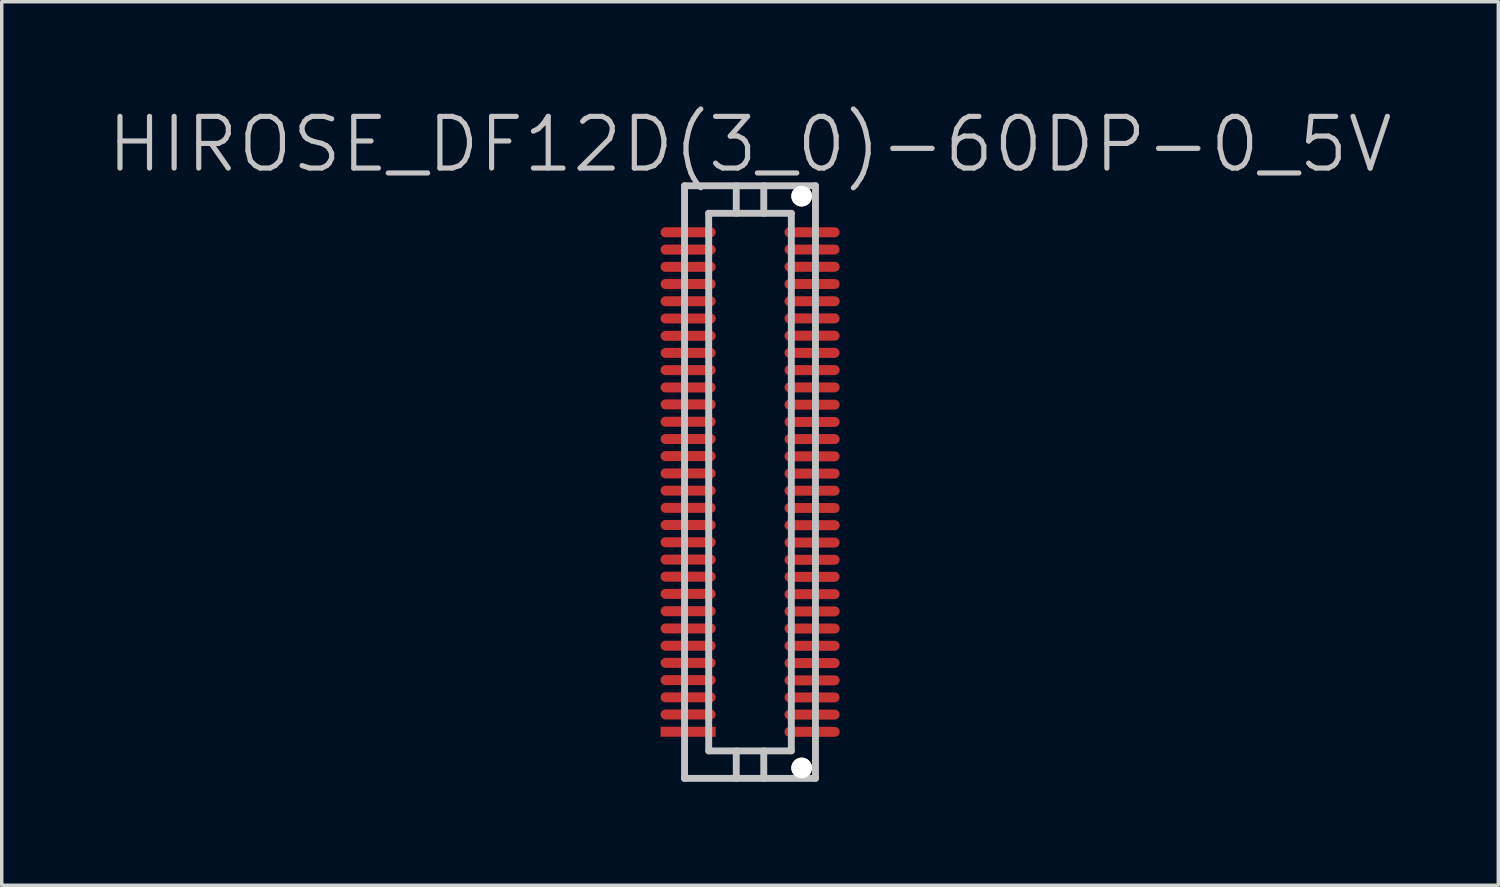
<source format=kicad_pcb>
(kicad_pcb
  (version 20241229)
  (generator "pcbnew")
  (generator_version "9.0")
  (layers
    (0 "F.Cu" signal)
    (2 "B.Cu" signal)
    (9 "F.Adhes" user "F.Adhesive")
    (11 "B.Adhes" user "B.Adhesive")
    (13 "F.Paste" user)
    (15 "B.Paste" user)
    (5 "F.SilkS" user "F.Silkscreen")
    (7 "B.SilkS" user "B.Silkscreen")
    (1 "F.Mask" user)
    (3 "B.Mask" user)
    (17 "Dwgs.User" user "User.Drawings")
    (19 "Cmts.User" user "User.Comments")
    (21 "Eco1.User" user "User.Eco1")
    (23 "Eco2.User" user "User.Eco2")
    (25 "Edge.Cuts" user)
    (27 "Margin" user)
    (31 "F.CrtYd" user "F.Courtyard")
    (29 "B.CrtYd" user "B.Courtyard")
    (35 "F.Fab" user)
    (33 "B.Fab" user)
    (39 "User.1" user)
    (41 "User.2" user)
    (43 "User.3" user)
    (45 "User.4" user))
  (footprint "HIROSE_DF12D(3_0)-60DP-0_5V"
    (layer "F.Cu")
    (at 18.718 10.941)
    (property "Reference" "HIROSE_DF12D(3_0)-60DP-0_5V" (at 0 -9.8 180) (layer "Dwgs.User") (effects (font (size 1.5 1.5) (thickness 0.15))))
    (attr smd)
    (fp_line (start -1.9 -8.6) (end -1.9 8.6) (stroke (width 0.2) (type solid)) (layer "Dwgs.User"))
    (fp_line (start -1.9 8.6) (end 1.9 8.6) (stroke (width 0.2) (type solid)) (layer "Dwgs.User"))
    (fp_line (start -1.199 -7.8) (end 1.199 -7.8) (stroke (width 0.2) (type solid)) (layer "Dwgs.User"))
    (fp_line (start -1.199 7.8) (end -1.199 -7.8) (stroke (width 0.2) (type solid)) (layer "Dwgs.User"))
    (fp_line (start -0.399 -7.8) (end -0.399 -8.6) (stroke (width 0.2) (type solid)) (layer "Dwgs.User"))
    (fp_line (start -0.399 8.603) (end -0.399 7.803) (stroke (width 0.2) (type solid)) (layer "Dwgs.User"))
    (fp_line (start 0.399 -7.8) (end 0.399 -8.6) (stroke (width 0.2) (type solid)) (layer "Dwgs.User"))
    (fp_line (start 0.399 7.803) (end 0.399 8.603) (stroke (width 0.2) (type solid)) (layer "Dwgs.User"))
    (fp_line (start 1.199 -7.8) (end 1.199 7.8) (stroke (width 0.2) (type solid)) (layer "Dwgs.User"))
    (fp_line (start 1.199 7.803) (end -1.199 7.803) (stroke (width 0.2) (type solid)) (layer "Dwgs.User"))
    (fp_line (start 1.9 -8.6) (end -1.9 -8.6) (stroke (width 0.2) (type solid)) (layer "Dwgs.User"))
    (fp_line (start 1.9 8.6) (end 1.9 -8.6) (stroke (width 0.2) (type solid)) (layer "Dwgs.User"))
    (pad "" np_thru_hole circle (at 1.499 -8.298 270) (size 0.6 0.6) (drill 0.6) (layers "*.Cu" "*.Mask" "F.SilkS"))
    (pad "" np_thru_hole circle (at 1.499 8.298 270) (size 0.6 0.6) (drill 0.6) (layers "*.Cu" "*.Mask" "F.SilkS"))
    (pad "1" smd rect (at -1.796 7.247 270) (size 0.29 1.6) (layers "F.Cu" "F.Mask" "F.Paste"))
    (pad "2" smd oval (at -1.796 6.746 270) (size 0.29 1.6) (layers "F.Cu" "F.Mask" "F.Paste"))
    (pad "3" smd oval (at -1.796 6.248 270) (size 0.29 1.6) (layers "F.Cu" "F.Mask" "F.Paste"))
    (pad "4" smd oval (at -1.796 5.748 270) (size 0.29 1.6) (layers "F.Cu" "F.Mask" "F.Paste"))
    (pad "5" smd oval (at -1.796 5.248 270) (size 0.29 1.6) (layers "F.Cu" "F.Mask" "F.Paste"))
    (pad "6" smd oval (at -1.796 4.75 270) (size 0.29 1.6) (layers "F.Cu" "F.Mask" "F.Paste"))
    (pad "7" smd oval (at -1.796 4.249 270) (size 0.29 1.6) (layers "F.Cu" "F.Mask" "F.Paste"))
    (pad "8" smd oval (at -1.796 3.749 270) (size 0.29 1.6) (layers "F.Cu" "F.Mask" "F.Paste"))
    (pad "9" smd oval (at -1.796 3.246 270) (size 0.29 1.6) (layers "F.Cu" "F.Mask" "F.Paste"))
    (pad "10" smd oval (at -1.796 2.746 270) (size 0.29 1.6) (layers "F.Cu" "F.Mask" "F.Paste"))
    (pad "11" smd oval (at -1.796 2.25 270) (size 0.29 1.6) (layers "F.Cu" "F.Mask" "F.Paste"))
    (pad "12" smd oval (at -1.796 1.748 270) (size 0.29 1.6) (layers "F.Cu" "F.Mask" "F.Paste"))
    (pad "13" smd oval (at -1.796 1.247 270) (size 0.29 1.6) (layers "F.Cu" "F.Mask" "F.Paste"))
    (pad "14" smd oval (at -1.796 0.749 270) (size 0.29 1.6) (layers "F.Cu" "F.Mask" "F.Paste"))
    (pad "15" smd oval (at -1.796 0.249 270) (size 0.29 1.6) (layers "F.Cu" "F.Mask" "F.Paste"))
    (pad "16" smd oval (at -1.796 -0.251 270) (size 0.29 1.6) (layers "F.Cu" "F.Mask" "F.Paste"))
    (pad "17" smd oval (at -1.796 -0.754 270) (size 0.29 1.6) (layers "F.Cu" "F.Mask" "F.Paste"))
    (pad "18" smd oval (at -1.796 -1.25 270) (size 0.29 1.6) (layers "F.Cu" "F.Mask" "F.Paste"))
    (pad "19" smd oval (at -1.796 -1.75 270) (size 0.29 1.6) (layers "F.Cu" "F.Mask" "F.Paste"))
    (pad "20" smd oval (at -1.796 -2.253 270) (size 0.29 1.6) (layers "F.Cu" "F.Mask" "F.Paste"))
    (pad "21" smd oval (at -1.796 -2.746 270) (size 0.29 1.6) (layers "F.Cu" "F.Mask" "F.Paste"))
    (pad "22" smd oval (at -1.796 -3.249 270) (size 0.29 1.6) (layers "F.Cu" "F.Mask" "F.Paste"))
    (pad "23" smd oval (at -1.796 -3.749 270) (size 0.29 1.6) (layers "F.Cu" "F.Mask" "F.Paste"))
    (pad "24" smd oval (at -1.796 -4.244 270) (size 0.29 1.6) (layers "F.Cu" "F.Mask" "F.Paste"))
    (pad "25" smd oval (at -1.796 -4.747 270) (size 0.29 1.6) (layers "F.Cu" "F.Mask" "F.Paste"))
    (pad "26" smd oval (at -1.796 -5.248 270) (size 0.29 1.6) (layers "F.Cu" "F.Mask" "F.Paste"))
    (pad "27" smd oval (at -1.796 -5.748 270) (size 0.29 1.6) (layers "F.Cu" "F.Mask" "F.Paste"))
    (pad "28" smd oval (at -1.796 -6.246 270) (size 0.29 1.6) (layers "F.Cu" "F.Mask" "F.Paste"))
    (pad "29" smd oval (at -1.796 -6.746 270) (size 0.29 1.6) (layers "F.Cu" "F.Mask" "F.Paste"))
    (pad "30" smd oval (at -1.796 -7.249 270) (size 0.29 1.6) (layers "F.Cu" "F.Mask" "F.Paste"))
    (pad "31" smd oval (at 1.801 -7.249 270) (size 0.29 1.6) (layers "F.Cu" "F.Mask" "F.Paste"))
    (pad "32" smd oval (at 1.801 -6.749 270) (size 0.29 1.6) (layers "F.Cu" "F.Mask" "F.Paste"))
    (pad "33" smd oval (at 1.801 -6.248 270) (size 0.29 1.6) (layers "F.Cu" "F.Mask" "F.Paste"))
    (pad "34" smd oval (at 1.801 -5.748 270) (size 0.29 1.6) (layers "F.Cu" "F.Mask" "F.Paste"))
    (pad "35" smd oval (at 1.801 -5.248 270) (size 0.29 1.6) (layers "F.Cu" "F.Mask" "F.Paste"))
    (pad "36" smd oval (at 1.801 -4.75 270) (size 0.29 1.6) (layers "F.Cu" "F.Mask" "F.Paste"))
    (pad "37" smd oval (at 1.801 -4.249 270) (size 0.29 1.6) (layers "F.Cu" "F.Mask" "F.Paste"))
    (pad "38" smd oval (at 1.801 -3.749 270) (size 0.29 1.6) (layers "F.Cu" "F.Mask" "F.Paste"))
    (pad "39" smd oval (at 1.801 -3.249 270) (size 0.29 1.6) (layers "F.Cu" "F.Mask" "F.Paste"))
    (pad "40" smd oval (at 1.801 -2.748 270) (size 0.29 1.6) (layers "F.Cu" "F.Mask" "F.Paste"))
    (pad "41" smd oval (at 1.801 -2.245 270) (size 0.29 1.6) (layers "F.Cu" "F.Mask" "F.Paste"))
    (pad "42" smd oval (at 1.801 -1.745 270) (size 0.29 1.6) (layers "F.Cu" "F.Mask" "F.Paste"))
    (pad "43" smd oval (at 1.801 -1.247 270) (size 0.29 1.6) (layers "F.Cu" "F.Mask" "F.Paste"))
    (pad "44" smd oval (at 1.801 -0.747 270) (size 0.29 1.6) (layers "F.Cu" "F.Mask" "F.Paste"))
    (pad "45" smd oval (at 1.801 -0.246 270) (size 0.29 1.6) (layers "F.Cu" "F.Mask" "F.Paste"))
    (pad "46" smd oval (at 1.801 0.251 270) (size 0.29 1.6) (layers "F.Cu" "F.Mask" "F.Paste"))
    (pad "47" smd oval (at 1.801 0.752 270) (size 0.29 1.6) (layers "F.Cu" "F.Mask" "F.Paste"))
    (pad "48" smd oval (at 1.801 1.252 270) (size 0.29 1.6) (layers "F.Cu" "F.Mask" "F.Paste"))
    (pad "49" smd oval (at 1.801 1.755 270) (size 0.29 1.6) (layers "F.Cu" "F.Mask" "F.Paste"))
    (pad "50" smd oval (at 1.801 2.256 270) (size 0.29 1.6) (layers "F.Cu" "F.Mask" "F.Paste"))
    (pad "51" smd oval (at 1.801 2.751 270) (size 0.29 1.6) (layers "F.Cu" "F.Mask" "F.Paste"))
    (pad "52" smd oval (at 1.801 3.254 270) (size 0.29 1.6) (layers "F.Cu" "F.Mask" "F.Paste"))
    (pad "53" smd oval (at 1.801 3.754 270) (size 0.29 1.6) (layers "F.Cu" "F.Mask" "F.Paste"))
    (pad "54" smd oval (at 1.801 4.252 270) (size 0.29 1.6) (layers "F.Cu" "F.Mask" "F.Paste"))
    (pad "55" smd oval (at 1.801 4.752 270) (size 0.29 1.6) (layers "F.Cu" "F.Mask" "F.Paste"))
    (pad "56" smd oval (at 1.801 5.253 270) (size 0.29 1.6) (layers "F.Cu" "F.Mask" "F.Paste"))
    (pad "57" smd oval (at 1.801 5.756 270) (size 0.29 1.6) (layers "F.Cu" "F.Mask" "F.Paste"))
    (pad "58" smd oval (at 1.801 6.251 270) (size 0.29 1.6) (layers "F.Cu" "F.Mask" "F.Paste"))
    (pad "59" smd oval (at 1.801 6.749 270) (size 0.29 1.6) (layers "F.Cu" "F.Mask" "F.Paste"))
    (pad "60" smd oval (at 1.801 7.249 270) (size 0.29 1.6) (layers "F.Cu" "F.Mask" "F.Paste")))
  (gr_rect
    (start -3 -3)
    (end 40.436 22.644)
    (stroke (width 0.1) (type default))
    (fill no)
    (layer "Edge.Cuts")))
</source>
